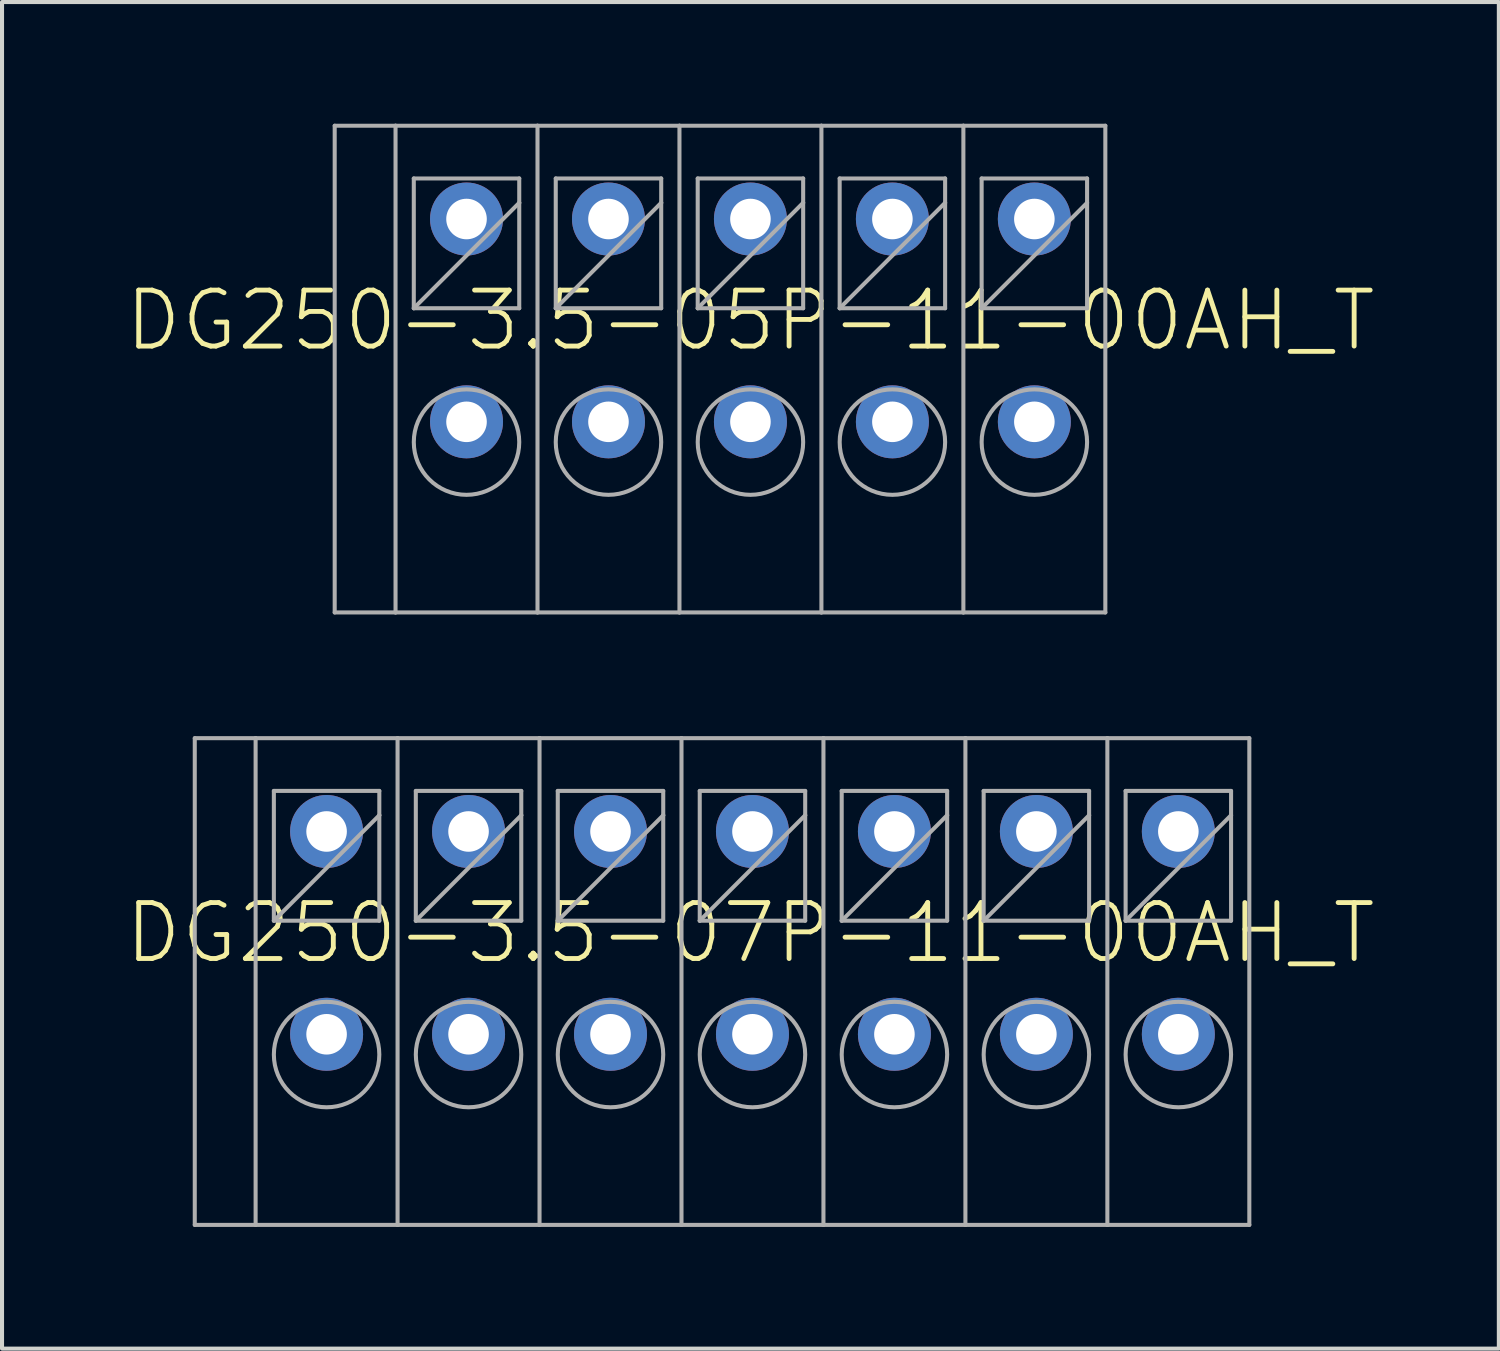
<source format=kicad_pcb>
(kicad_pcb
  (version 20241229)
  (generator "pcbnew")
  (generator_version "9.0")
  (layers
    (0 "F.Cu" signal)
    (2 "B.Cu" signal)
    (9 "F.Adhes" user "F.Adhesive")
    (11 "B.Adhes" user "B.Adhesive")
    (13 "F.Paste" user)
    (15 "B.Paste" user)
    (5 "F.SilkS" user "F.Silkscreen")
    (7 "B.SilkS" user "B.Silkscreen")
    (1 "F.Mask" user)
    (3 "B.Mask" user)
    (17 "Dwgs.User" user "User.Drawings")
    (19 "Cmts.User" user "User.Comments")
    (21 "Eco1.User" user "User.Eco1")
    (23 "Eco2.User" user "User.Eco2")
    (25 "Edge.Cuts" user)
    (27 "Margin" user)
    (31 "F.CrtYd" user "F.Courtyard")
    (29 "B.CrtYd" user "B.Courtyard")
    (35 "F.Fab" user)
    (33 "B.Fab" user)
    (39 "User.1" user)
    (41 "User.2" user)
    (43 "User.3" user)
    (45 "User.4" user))
  (footprint "DG250-3.5-07P-11-00AH_T"
    (layer "F.Cu")
    (at 15.502 19.95)
    (property "Reference" "DG250-3.5-07P-11-00AH_T" (at -0.05 0 0) (unlocked yes) (layer "F.SilkS") (effects (font (size 1.38 1.38) (thickness 0.12))))
    (fp_line (start -13.75 -4.8) (end -13.75 7.2) (stroke (width 0.1) (type solid)) (layer "F.Fab"))
    (fp_line (start -13.75 -4.8) (end -12.25 -4.8) (stroke (width 0.1) (type solid)) (layer "F.Fab"))
    (fp_line (start -13.75 7.2) (end -12.25 7.2) (stroke (width 0.1) (type solid)) (layer "F.Fab"))
    (fp_line (start -12.25 -4.8) (end -12.25 7.2) (stroke (width 0.1) (type solid)) (layer "F.Fab"))
    (fp_line (start -12.25 -4.8) (end -8.75 -4.8) (stroke (width 0.1) (type solid)) (layer "F.Fab"))
    (fp_line (start -12.25 7.2) (end -8.75 7.2) (stroke (width 0.1) (type solid)) (layer "F.Fab"))
    (fp_line (start -11.8 -3.5) (end -11.8 -0.3) (stroke (width 0.1) (type solid)) (layer "F.Fab"))
    (fp_line (start -11.8 -0.3) (end -9.2 -2.9) (stroke (width 0.1) (type solid)) (layer "F.Fab"))
    (fp_line (start -11.8 -0.3) (end -9.2 -0.3) (stroke (width 0.1) (type solid)) (layer "F.Fab"))
    (fp_line (start -9.2 -3.5) (end -11.8 -3.5) (stroke (width 0.1) (type solid)) (layer "F.Fab"))
    (fp_line (start -9.2 -2.9) (end -9.2 -3.5) (stroke (width 0.1) (type solid)) (layer "F.Fab"))
    (fp_line (start -9.2 -0.3) (end -9.2 -2.9) (stroke (width 0.1) (type solid)) (layer "F.Fab"))
    (fp_line (start -8.75 -4.8) (end -8.75 7.2) (stroke (width 0.1) (type solid)) (layer "F.Fab"))
    (fp_line (start -8.75 -4.8) (end -5.25 -4.8) (stroke (width 0.1) (type solid)) (layer "F.Fab"))
    (fp_line (start -8.75 7.2) (end -5.25 7.2) (stroke (width 0.1) (type solid)) (layer "F.Fab"))
    (fp_line (start -8.3 -3.5) (end -8.3 -0.3) (stroke (width 0.1) (type solid)) (layer "F.Fab"))
    (fp_line (start -8.3 -0.3) (end -5.7 -2.9) (stroke (width 0.1) (type solid)) (layer "F.Fab"))
    (fp_line (start -8.3 -0.3) (end -5.7 -0.3) (stroke (width 0.1) (type solid)) (layer "F.Fab"))
    (fp_line (start -5.7 -3.5) (end -8.3 -3.5) (stroke (width 0.1) (type solid)) (layer "F.Fab"))
    (fp_line (start -5.7 -2.9) (end -5.7 -3.5) (stroke (width 0.1) (type solid)) (layer "F.Fab"))
    (fp_line (start -5.7 -0.3) (end -5.7 -2.9) (stroke (width 0.1) (type solid)) (layer "F.Fab"))
    (fp_line (start -5.25 -4.8) (end -5.25 7.2) (stroke (width 0.1) (type solid)) (layer "F.Fab"))
    (fp_line (start -5.25 -4.8) (end -1.75 -4.8) (stroke (width 0.1) (type solid)) (layer "F.Fab"))
    (fp_line (start -5.25 7.2) (end -1.75 7.2) (stroke (width 0.1) (type solid)) (layer "F.Fab"))
    (fp_line (start -4.8 -3.5) (end -4.8 -0.3) (stroke (width 0.1) (type solid)) (layer "F.Fab"))
    (fp_line (start -4.8 -0.3) (end -2.2 -2.9) (stroke (width 0.1) (type solid)) (layer "F.Fab"))
    (fp_line (start -4.8 -0.3) (end -2.2 -0.3) (stroke (width 0.1) (type solid)) (layer "F.Fab"))
    (fp_line (start -2.2 -3.5) (end -4.8 -3.5) (stroke (width 0.1) (type solid)) (layer "F.Fab"))
    (fp_line (start -2.2 -2.9) (end -2.2 -3.5) (stroke (width 0.1) (type solid)) (layer "F.Fab"))
    (fp_line (start -2.2 -0.3) (end -2.2 -2.9) (stroke (width 0.1) (type solid)) (layer "F.Fab"))
    (fp_line (start -1.75 -4.8) (end -1.75 7.2) (stroke (width 0.1) (type solid)) (layer "F.Fab"))
    (fp_line (start -1.75 -4.8) (end 1.75 -4.8) (stroke (width 0.1) (type solid)) (layer "F.Fab"))
    (fp_line (start -1.75 7.2) (end 1.75 7.2) (stroke (width 0.1) (type solid)) (layer "F.Fab"))
    (fp_line (start -1.3 -3.5) (end -1.3 -0.3) (stroke (width 0.1) (type solid)) (layer "F.Fab"))
    (fp_line (start -1.3 -0.3) (end 1.3 -2.9) (stroke (width 0.1) (type solid)) (layer "F.Fab"))
    (fp_line (start -1.3 -0.3) (end 1.3 -0.3) (stroke (width 0.1) (type solid)) (layer "F.Fab"))
    (fp_line (start 1.3 -3.5) (end -1.3 -3.5) (stroke (width 0.1) (type solid)) (layer "F.Fab"))
    (fp_line (start 1.3 -2.9) (end 1.3 -3.5) (stroke (width 0.1) (type solid)) (layer "F.Fab"))
    (fp_line (start 1.3 -0.3) (end 1.3 -2.9) (stroke (width 0.1) (type solid)) (layer "F.Fab"))
    (fp_line (start 1.75 -4.8) (end 1.75 7.2) (stroke (width 0.1) (type solid)) (layer "F.Fab"))
    (fp_line (start 1.75 -4.8) (end 5.25 -4.8) (stroke (width 0.1) (type solid)) (layer "F.Fab"))
    (fp_line (start 1.75 7.2) (end 5.25 7.2) (stroke (width 0.1) (type solid)) (layer "F.Fab"))
    (fp_line (start 2.2 -3.5) (end 2.2 -0.3) (stroke (width 0.1) (type solid)) (layer "F.Fab"))
    (fp_line (start 2.2 -0.3) (end 4.8 -2.9) (stroke (width 0.1) (type solid)) (layer "F.Fab"))
    (fp_line (start 2.2 -0.3) (end 4.8 -0.3) (stroke (width 0.1) (type solid)) (layer "F.Fab"))
    (fp_line (start 4.8 -3.5) (end 2.2 -3.5) (stroke (width 0.1) (type solid)) (layer "F.Fab"))
    (fp_line (start 4.8 -2.9) (end 4.8 -3.5) (stroke (width 0.1) (type solid)) (layer "F.Fab"))
    (fp_line (start 4.8 -0.3) (end 4.8 -2.9) (stroke (width 0.1) (type solid)) (layer "F.Fab"))
    (fp_line (start 5.25 -4.8) (end 5.25 7.2) (stroke (width 0.1) (type solid)) (layer "F.Fab"))
    (fp_line (start 5.25 -4.8) (end 8.75 -4.8) (stroke (width 0.1) (type solid)) (layer "F.Fab"))
    (fp_line (start 5.25 7.2) (end 8.75 7.2) (stroke (width 0.1) (type solid)) (layer "F.Fab"))
    (fp_line (start 5.7 -3.5) (end 5.7 -0.3) (stroke (width 0.1) (type solid)) (layer "F.Fab"))
    (fp_line (start 5.7 -0.3) (end 8.3 -2.9) (stroke (width 0.1) (type solid)) (layer "F.Fab"))
    (fp_line (start 5.7 -0.3) (end 8.3 -0.3) (stroke (width 0.1) (type solid)) (layer "F.Fab"))
    (fp_line (start 8.3 -3.5) (end 5.7 -3.5) (stroke (width 0.1) (type solid)) (layer "F.Fab"))
    (fp_line (start 8.3 -2.9) (end 8.3 -3.5) (stroke (width 0.1) (type solid)) (layer "F.Fab"))
    (fp_line (start 8.3 -0.3) (end 8.3 -2.9) (stroke (width 0.1) (type solid)) (layer "F.Fab"))
    (fp_line (start 8.75 -4.8) (end 8.75 7.2) (stroke (width 0.1) (type solid)) (layer "F.Fab"))
    (fp_line (start 8.75 -4.8) (end 12.25 -4.8) (stroke (width 0.1) (type solid)) (layer "F.Fab"))
    (fp_line (start 8.75 7.2) (end 12.25 7.2) (stroke (width 0.1) (type solid)) (layer "F.Fab"))
    (fp_line (start 9.2 -3.5) (end 9.2 -0.3) (stroke (width 0.1) (type solid)) (layer "F.Fab"))
    (fp_line (start 9.2 -0.3) (end 11.8 -2.9) (stroke (width 0.1) (type solid)) (layer "F.Fab"))
    (fp_line (start 9.2 -0.3) (end 11.8 -0.3) (stroke (width 0.1) (type solid)) (layer "F.Fab"))
    (fp_line (start 11.8 -3.5) (end 9.2 -3.5) (stroke (width 0.1) (type solid)) (layer "F.Fab"))
    (fp_line (start 11.8 -2.9) (end 11.8 -3.5) (stroke (width 0.1) (type solid)) (layer "F.Fab"))
    (fp_line (start 11.8 -0.3) (end 11.8 -2.9) (stroke (width 0.1) (type solid)) (layer "F.Fab"))
    (fp_line (start 12.25 -4.8) (end 12.25 7.2) (stroke (width 0.1) (type solid)) (layer "F.Fab"))
    (fp_circle (center -10.5 3) (end -9.2 3) (stroke (width 0.1) (type solid)) (fill no) (layer "F.Fab"))
    (fp_circle (center -7 3) (end -5.7 3) (stroke (width 0.1) (type solid)) (fill no) (layer "F.Fab"))
    (fp_circle (center -3.5 3) (end -2.2 3) (stroke (width 0.1) (type solid)) (fill no) (layer "F.Fab"))
    (fp_circle (center 0 3) (end 1.3 3) (stroke (width 0.1) (type solid)) (fill no) (layer "F.Fab"))
    (fp_circle (center 3.5 3) (end 4.8 3) (stroke (width 0.1) (type solid)) (fill no) (layer "F.Fab"))
    (fp_circle (center 7 3) (end 8.3 3) (stroke (width 0.1) (type solid)) (fill no) (layer "F.Fab"))
    (fp_circle (center 10.5 3) (end 11.8 3) (stroke (width 0.1) (type solid)) (fill no) (layer "F.Fab"))
    (pad "1A" thru_hole circle (at -10.5 -2.5) (size 1.8 1.8) (drill 1) (layers "*.Cu" "*.Mask"))
    (pad "1B" thru_hole circle (at -10.5 2.5) (size 1.8 1.8) (drill 1) (layers "*.Cu" "*.Mask"))
    (pad "2A" thru_hole circle (at -7 -2.5) (size 1.8 1.8) (drill 1) (layers "*.Cu" "*.Mask"))
    (pad "2B" thru_hole circle (at -7 2.5) (size 1.8 1.8) (drill 1) (layers "*.Cu" "*.Mask"))
    (pad "3A" thru_hole circle (at -3.5 -2.5) (size 1.8 1.8) (drill 1) (layers "*.Cu" "*.Mask"))
    (pad "3B" thru_hole circle (at -3.5 2.5) (size 1.8 1.8) (drill 1) (layers "*.Cu" "*.Mask"))
    (pad "4A" thru_hole circle (at 0 -2.5) (size 1.8 1.8) (drill 1) (layers "*.Cu" "*.Mask"))
    (pad "4B" thru_hole circle (at 0 2.5) (size 1.8 1.8) (drill 1) (layers "*.Cu" "*.Mask"))
    (pad "5A" thru_hole circle (at 3.5 -2.5) (size 1.8 1.8) (drill 1) (layers "*.Cu" "*.Mask"))
    (pad "5B" thru_hole circle (at 3.5 2.5) (size 1.8 1.8) (drill 1) (layers "*.Cu" "*.Mask"))
    (pad "6A" thru_hole circle (at 7 -2.5) (size 1.8 1.8) (drill 1) (layers "*.Cu" "*.Mask"))
    (pad "6B" thru_hole circle (at 7 2.5) (size 1.8 1.8) (drill 1) (layers "*.Cu" "*.Mask"))
    (pad "7A" thru_hole circle (at 10.5 -2.5) (size 1.8 1.8) (drill 1) (layers "*.Cu" "*.Mask"))
    (pad "7B" thru_hole circle (at 10.5 2.5) (size 1.8 1.8) (drill 1) (layers "*.Cu" "*.Mask")))
  (footprint "DG250-3.5-05P-11-00AH_T"
    (layer "F.Cu")
    (at 15.452 4.85)
    (property "Reference" "DG250-3.5-05P-11-00AH_T" (at 0 0 0) (unlocked yes) (layer "F.SilkS") (effects (font (size 1.38 1.38) (thickness 0.12))))
    (fp_line (start -10.25 -4.8) (end -10.25 7.2) (stroke (width 0.1) (type solid)) (layer "F.Fab"))
    (fp_line (start -10.25 -4.8) (end -8.75 -4.8) (stroke (width 0.1) (type solid)) (layer "F.Fab"))
    (fp_line (start -10.25 7.2) (end -8.75 7.2) (stroke (width 0.1) (type solid)) (layer "F.Fab"))
    (fp_line (start -8.75 -4.8) (end -8.75 7.2) (stroke (width 0.1) (type solid)) (layer "F.Fab"))
    (fp_line (start -8.75 -4.8) (end -5.25 -4.8) (stroke (width 0.1) (type solid)) (layer "F.Fab"))
    (fp_line (start -8.75 7.2) (end -5.25 7.2) (stroke (width 0.1) (type solid)) (layer "F.Fab"))
    (fp_line (start -8.3 -3.5) (end -8.3 -0.3) (stroke (width 0.1) (type solid)) (layer "F.Fab"))
    (fp_line (start -8.3 -0.3) (end -5.7 -2.9) (stroke (width 0.1) (type solid)) (layer "F.Fab"))
    (fp_line (start -8.3 -0.3) (end -5.7 -0.3) (stroke (width 0.1) (type solid)) (layer "F.Fab"))
    (fp_line (start -5.7 -3.5) (end -8.3 -3.5) (stroke (width 0.1) (type solid)) (layer "F.Fab"))
    (fp_line (start -5.7 -2.9) (end -5.7 -3.5) (stroke (width 0.1) (type solid)) (layer "F.Fab"))
    (fp_line (start -5.7 -0.3) (end -5.7 -2.9) (stroke (width 0.1) (type solid)) (layer "F.Fab"))
    (fp_line (start -5.25 -4.8) (end -5.25 7.2) (stroke (width 0.1) (type solid)) (layer "F.Fab"))
    (fp_line (start -5.25 -4.8) (end -1.75 -4.8) (stroke (width 0.1) (type solid)) (layer "F.Fab"))
    (fp_line (start -5.25 7.2) (end -1.75 7.2) (stroke (width 0.1) (type solid)) (layer "F.Fab"))
    (fp_line (start -4.8 -3.5) (end -4.8 -0.3) (stroke (width 0.1) (type solid)) (layer "F.Fab"))
    (fp_line (start -4.8 -0.3) (end -2.2 -2.9) (stroke (width 0.1) (type solid)) (layer "F.Fab"))
    (fp_line (start -4.8 -0.3) (end -2.2 -0.3) (stroke (width 0.1) (type solid)) (layer "F.Fab"))
    (fp_line (start -2.2 -3.5) (end -4.8 -3.5) (stroke (width 0.1) (type solid)) (layer "F.Fab"))
    (fp_line (start -2.2 -2.9) (end -2.2 -3.5) (stroke (width 0.1) (type solid)) (layer "F.Fab"))
    (fp_line (start -2.2 -0.3) (end -2.2 -2.9) (stroke (width 0.1) (type solid)) (layer "F.Fab"))
    (fp_line (start -1.75 -4.8) (end -1.75 7.2) (stroke (width 0.1) (type solid)) (layer "F.Fab"))
    (fp_line (start -1.75 -4.8) (end 1.75 -4.8) (stroke (width 0.1) (type solid)) (layer "F.Fab"))
    (fp_line (start -1.75 7.2) (end 1.75 7.2) (stroke (width 0.1) (type solid)) (layer "F.Fab"))
    (fp_line (start -1.3 -3.5) (end -1.3 -0.3) (stroke (width 0.1) (type solid)) (layer "F.Fab"))
    (fp_line (start -1.3 -0.3) (end 1.3 -2.9) (stroke (width 0.1) (type solid)) (layer "F.Fab"))
    (fp_line (start -1.3 -0.3) (end 1.3 -0.3) (stroke (width 0.1) (type solid)) (layer "F.Fab"))
    (fp_line (start 1.3 -3.5) (end -1.3 -3.5) (stroke (width 0.1) (type solid)) (layer "F.Fab"))
    (fp_line (start 1.3 -2.9) (end 1.3 -3.5) (stroke (width 0.1) (type solid)) (layer "F.Fab"))
    (fp_line (start 1.3 -0.3) (end 1.3 -2.9) (stroke (width 0.1) (type solid)) (layer "F.Fab"))
    (fp_line (start 1.75 -4.8) (end 1.75 7.2) (stroke (width 0.1) (type solid)) (layer "F.Fab"))
    (fp_line (start 1.75 -4.8) (end 5.25 -4.8) (stroke (width 0.1) (type solid)) (layer "F.Fab"))
    (fp_line (start 1.75 7.2) (end 5.25 7.2) (stroke (width 0.1) (type solid)) (layer "F.Fab"))
    (fp_line (start 2.2 -3.5) (end 2.2 -0.3) (stroke (width 0.1) (type solid)) (layer "F.Fab"))
    (fp_line (start 2.2 -0.3) (end 4.8 -2.9) (stroke (width 0.1) (type solid)) (layer "F.Fab"))
    (fp_line (start 2.2 -0.3) (end 4.8 -0.3) (stroke (width 0.1) (type solid)) (layer "F.Fab"))
    (fp_line (start 4.8 -3.5) (end 2.2 -3.5) (stroke (width 0.1) (type solid)) (layer "F.Fab"))
    (fp_line (start 4.8 -2.9) (end 4.8 -3.5) (stroke (width 0.1) (type solid)) (layer "F.Fab"))
    (fp_line (start 4.8 -0.3) (end 4.8 -2.9) (stroke (width 0.1) (type solid)) (layer "F.Fab"))
    (fp_line (start 5.25 -4.8) (end 5.25 7.2) (stroke (width 0.1) (type solid)) (layer "F.Fab"))
    (fp_line (start 5.25 -4.8) (end 8.75 -4.8) (stroke (width 0.1) (type solid)) (layer "F.Fab"))
    (fp_line (start 5.25 7.2) (end 8.75 7.2) (stroke (width 0.1) (type solid)) (layer "F.Fab"))
    (fp_line (start 5.7 -3.5) (end 5.7 -0.3) (stroke (width 0.1) (type solid)) (layer "F.Fab"))
    (fp_line (start 5.7 -0.3) (end 8.3 -2.9) (stroke (width 0.1) (type solid)) (layer "F.Fab"))
    (fp_line (start 5.7 -0.3) (end 8.3 -0.3) (stroke (width 0.1) (type solid)) (layer "F.Fab"))
    (fp_line (start 8.3 -3.5) (end 5.7 -3.5) (stroke (width 0.1) (type solid)) (layer "F.Fab"))
    (fp_line (start 8.3 -2.9) (end 8.3 -3.5) (stroke (width 0.1) (type solid)) (layer "F.Fab"))
    (fp_line (start 8.3 -0.3) (end 8.3 -2.9) (stroke (width 0.1) (type solid)) (layer "F.Fab"))
    (fp_line (start 8.75 -4.8) (end 8.75 7.2) (stroke (width 0.1) (type solid)) (layer "F.Fab"))
    (fp_circle (center -7 3) (end -5.7 3) (stroke (width 0.1) (type solid)) (fill no) (layer "F.Fab"))
    (fp_circle (center -3.5 3) (end -2.2 3) (stroke (width 0.1) (type solid)) (fill no) (layer "F.Fab"))
    (fp_circle (center 0 3) (end 1.3 3) (stroke (width 0.1) (type solid)) (fill no) (layer "F.Fab"))
    (fp_circle (center 3.5 3) (end 4.8 3) (stroke (width 0.1) (type solid)) (fill no) (layer "F.Fab"))
    (fp_circle (center 7 3) (end 8.3 3) (stroke (width 0.1) (type solid)) (fill no) (layer "F.Fab"))
    (pad "1A" thru_hole circle (at -7 -2.5) (size 1.8 1.8) (drill 1) (layers "*.Cu" "*.Mask"))
    (pad "1B" thru_hole circle (at -7 2.5) (size 1.8 1.8) (drill 1) (layers "*.Cu" "*.Mask"))
    (pad "2A" thru_hole circle (at -3.5 -2.5) (size 1.8 1.8) (drill 1) (layers "*.Cu" "*.Mask"))
    (pad "2B" thru_hole circle (at -3.5 2.5) (size 1.8 1.8) (drill 1) (layers "*.Cu" "*.Mask"))
    (pad "3A" thru_hole circle (at 0 -2.5) (size 1.8 1.8) (drill 1) (layers "*.Cu" "*.Mask"))
    (pad "3B" thru_hole circle (at 0 2.5) (size 1.8 1.8) (drill 1) (layers "*.Cu" "*.Mask"))
    (pad "4A" thru_hole circle (at 3.5 -2.5) (size 1.8 1.8) (drill 1) (layers "*.Cu" "*.Mask"))
    (pad "4B" thru_hole circle (at 3.5 2.5) (size 1.8 1.8) (drill 1) (layers "*.Cu" "*.Mask"))
    (pad "5A" thru_hole circle (at 7 -2.5) (size 1.8 1.8) (drill 1) (layers "*.Cu" "*.Mask"))
    (pad "5B" thru_hole circle (at 7 2.5) (size 1.8 1.8) (drill 1) (layers "*.Cu" "*.Mask")))
  (gr_rect
    (start -3 -3)
    (end 33.904 30.2)
    (stroke (width 0.1) (type default))
    (fill no)
    (layer "Edge.Cuts")))
</source>
